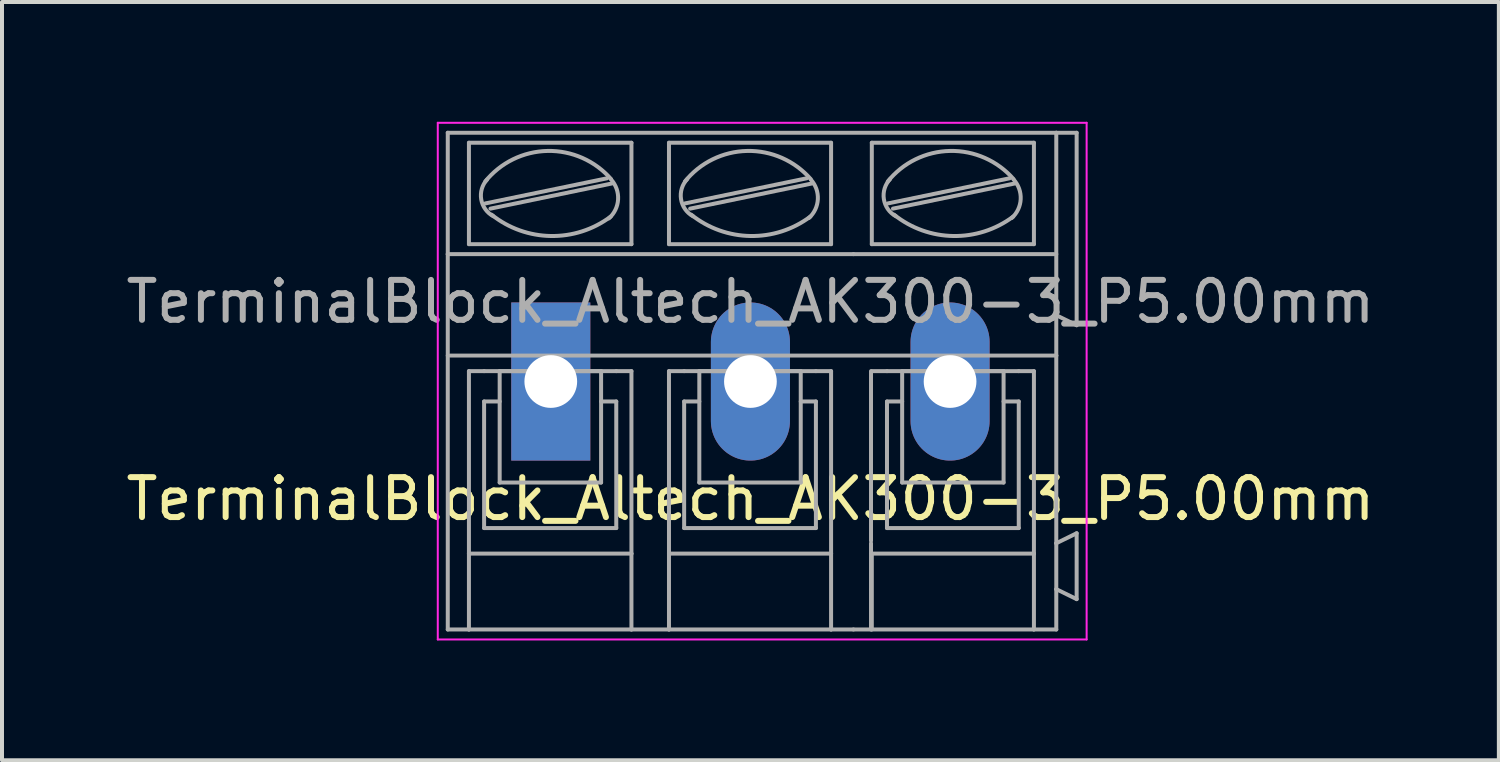
<source format=kicad_pcb>
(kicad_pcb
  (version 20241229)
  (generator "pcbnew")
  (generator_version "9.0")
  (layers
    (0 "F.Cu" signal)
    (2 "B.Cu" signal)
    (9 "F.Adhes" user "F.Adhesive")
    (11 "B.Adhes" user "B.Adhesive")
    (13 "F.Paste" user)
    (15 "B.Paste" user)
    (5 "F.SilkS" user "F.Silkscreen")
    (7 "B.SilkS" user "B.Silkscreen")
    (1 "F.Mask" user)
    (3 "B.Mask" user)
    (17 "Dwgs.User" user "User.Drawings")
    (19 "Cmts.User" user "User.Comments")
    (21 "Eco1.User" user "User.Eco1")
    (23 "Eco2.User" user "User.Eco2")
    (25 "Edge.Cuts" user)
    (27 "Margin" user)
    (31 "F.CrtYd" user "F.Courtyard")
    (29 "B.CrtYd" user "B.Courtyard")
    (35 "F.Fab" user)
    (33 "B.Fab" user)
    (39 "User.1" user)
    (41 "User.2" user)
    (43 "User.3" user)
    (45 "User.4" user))
  (footprint "TerminalBlock_Altech_AK300-3_P5.00mm"
    (layer "F.Cu")
    (at 10.744 6.505)
    (property "Reference" "TerminalBlock_Altech_AK300-3_P5.00mm" (at 5 2.94 180) (layer "F.SilkS") (effects (font (size 1 1) (thickness 0.15))))
    (attr through_hole)
    (fp_line (start -2.83 -6.48) (end -2.83 6.46) (stroke (width 0.05) (type solid)) (layer "F.CrtYd"))
    (fp_line (start -2.83 -6.48) (end 13.42 -6.48) (stroke (width 0.05) (type solid)) (layer "F.CrtYd"))
    (fp_line (start 13.42 6.46) (end -2.83 6.46) (stroke (width 0.05) (type solid)) (layer "F.CrtYd"))
    (fp_line (start 13.42 6.46) (end 13.42 -6.48) (stroke (width 0.05) (type solid)) (layer "F.CrtYd"))
    (fp_line (start -2.58 -6.23) (end 12.66 -6.23) (stroke (width 0.1) (type solid)) (layer "F.Fab"))
    (fp_line (start -2.58 -3.19) (end -2.58 -6.23) (stroke (width 0.1) (type solid)) (layer "F.Fab"))
    (fp_line (start -2.58 -3.19) (end 7.58 -3.19) (stroke (width 0.1) (type solid)) (layer "F.Fab"))
    (fp_line (start -2.58 -0.65) (end -2.58 -3.19) (stroke (width 0.1) (type solid)) (layer "F.Fab"))
    (fp_line (start -2.58 6.21) (end -2.58 -0.65) (stroke (width 0.1) (type solid)) (layer "F.Fab"))
    (fp_line (start -2.58 6.21) (end -2.05 6.21) (stroke (width 0.1) (type solid)) (layer "F.Fab"))
    (fp_line (start -2.05 -3.44) (end -2.05 -5.98) (stroke (width 0.1) (type solid)) (layer "F.Fab"))
    (fp_line (start -2.05 -0.26) (end -2.05 4.31) (stroke (width 0.1) (type solid)) (layer "F.Fab"))
    (fp_line (start -2.05 -0.26) (end -1.67 -0.26) (stroke (width 0.1) (type solid)) (layer "F.Fab"))
    (fp_line (start -2.05 4.31) (end -2.05 6.21) (stroke (width 0.1) (type solid)) (layer "F.Fab"))
    (fp_line (start -2.05 6.21) (end 2.02 6.21) (stroke (width 0.1) (type solid)) (layer "F.Fab"))
    (fp_line (start -1.67 0.5) (end -1.28 0.5) (stroke (width 0.1) (type solid)) (layer "F.Fab"))
    (fp_line (start -1.67 3.67) (end -1.67 0.5) (stroke (width 0.1) (type solid)) (layer "F.Fab"))
    (fp_line (start -1.64 -4.46) (end 1.41 -5.09) (stroke (width 0.1) (type solid)) (layer "F.Fab"))
    (fp_line (start -1.51 -4.33) (end 1.53 -4.96) (stroke (width 0.1) (type solid)) (layer "F.Fab"))
    (fp_line (start -1.28 -0.26) (end 1.26 -0.26) (stroke (width 0.1) (type solid)) (layer "F.Fab"))
    (fp_line (start -1.28 2.53) (end -1.28 -0.26) (stroke (width 0.1) (type solid)) (layer "F.Fab"))
    (fp_line (start -1.28 2.53) (end 1.26 2.53) (stroke (width 0.1) (type solid)) (layer "F.Fab"))
    (fp_line (start 1.26 2.53) (end 1.26 -0.26) (stroke (width 0.1) (type solid)) (layer "F.Fab"))
    (fp_line (start 1.64 -0.26) (end -1.67 -0.26) (stroke (width 0.1) (type solid)) (layer "F.Fab"))
    (fp_line (start 1.64 0.5) (end 1.26 0.5) (stroke (width 0.1) (type solid)) (layer "F.Fab"))
    (fp_line (start 1.64 3.67) (end -1.67 3.67) (stroke (width 0.1) (type solid)) (layer "F.Fab"))
    (fp_line (start 1.64 3.67) (end 1.64 0.5) (stroke (width 0.1) (type solid)) (layer "F.Fab"))
    (fp_line (start 2.02 -5.98) (end -2.05 -5.98) (stroke (width 0.1) (type solid)) (layer "F.Fab"))
    (fp_line (start 2.02 -3.44) (end -2.05 -3.44) (stroke (width 0.1) (type solid)) (layer "F.Fab"))
    (fp_line (start 2.02 -3.44) (end 2.02 -5.98) (stroke (width 0.1) (type solid)) (layer "F.Fab"))
    (fp_line (start 2.02 -0.26) (end 1.64 -0.26) (stroke (width 0.1) (type solid)) (layer "F.Fab"))
    (fp_line (start 2.02 4.31) (end -2.05 4.31) (stroke (width 0.1) (type solid)) (layer "F.Fab"))
    (fp_line (start 2.02 4.31) (end 2.02 -0.26) (stroke (width 0.1) (type solid)) (layer "F.Fab"))
    (fp_line (start 2.02 6.21) (end 2.02 4.31) (stroke (width 0.1) (type solid)) (layer "F.Fab"))
    (fp_line (start 2.02 6.21) (end 2.96 6.21) (stroke (width 0.1) (type solid)) (layer "F.Fab"))
    (fp_line (start 2.96 -5.98) (end 7.02 -5.98) (stroke (width 0.1) (type solid)) (layer "F.Fab"))
    (fp_line (start 2.96 -3.44) (end 2.96 -5.98) (stroke (width 0.1) (type solid)) (layer "F.Fab"))
    (fp_line (start 2.96 -0.26) (end 3.34 -0.26) (stroke (width 0.1) (type solid)) (layer "F.Fab"))
    (fp_line (start 2.96 4.31) (end 2.96 -0.26) (stroke (width 0.1) (type solid)) (layer "F.Fab"))
    (fp_line (start 2.96 4.31) (end 7.02 4.31) (stroke (width 0.1) (type solid)) (layer "F.Fab"))
    (fp_line (start 2.96 6.21) (end 2.96 4.31) (stroke (width 0.1) (type solid)) (layer "F.Fab"))
    (fp_line (start 2.96 6.21) (end 7.02 6.21) (stroke (width 0.1) (type solid)) (layer "F.Fab"))
    (fp_line (start 3.34 -0.26) (end 6.64 -0.26) (stroke (width 0.1) (type solid)) (layer "F.Fab"))
    (fp_line (start 3.34 0.5) (end 3.72 0.5) (stroke (width 0.1) (type solid)) (layer "F.Fab"))
    (fp_line (start 3.34 3.67) (end 3.34 0.5) (stroke (width 0.1) (type solid)) (layer "F.Fab"))
    (fp_line (start 3.36 -4.46) (end 6.41 -5.09) (stroke (width 0.1) (type solid)) (layer "F.Fab"))
    (fp_line (start 3.49 -4.33) (end 6.54 -4.96) (stroke (width 0.1) (type solid)) (layer "F.Fab"))
    (fp_line (start 3.72 -0.26) (end 6.26 -0.26) (stroke (width 0.1) (type solid)) (layer "F.Fab"))
    (fp_line (start 3.72 2.53) (end 3.72 -0.26) (stroke (width 0.1) (type solid)) (layer "F.Fab"))
    (fp_line (start 3.72 2.53) (end 6.26 2.53) (stroke (width 0.1) (type solid)) (layer "F.Fab"))
    (fp_line (start 6.26 2.53) (end 6.26 -0.26) (stroke (width 0.1) (type solid)) (layer "F.Fab"))
    (fp_line (start 6.64 0.5) (end 6.26 0.5) (stroke (width 0.1) (type solid)) (layer "F.Fab"))
    (fp_line (start 6.64 3.67) (end 3.34 3.67) (stroke (width 0.1) (type solid)) (layer "F.Fab"))
    (fp_line (start 6.64 3.67) (end 6.64 0.5) (stroke (width 0.1) (type solid)) (layer "F.Fab"))
    (fp_line (start 7.02 -5.98) (end 7.02 -3.44) (stroke (width 0.1) (type solid)) (layer "F.Fab"))
    (fp_line (start 7.02 -3.44) (end 2.96 -3.44) (stroke (width 0.1) (type solid)) (layer "F.Fab"))
    (fp_line (start 7.02 -0.26) (end 6.64 -0.26) (stroke (width 0.1) (type solid)) (layer "F.Fab"))
    (fp_line (start 7.02 -0.26) (end 7.02 4.31) (stroke (width 0.1) (type solid)) (layer "F.Fab"))
    (fp_line (start 7.02 4.31) (end 7.02 6.21) (stroke (width 0.1) (type solid)) (layer "F.Fab"))
    (fp_line (start 7.02 6.21) (end 7.58 6.21) (stroke (width 0.1) (type solid)) (layer "F.Fab"))
    (fp_line (start 7.58 -3.19) (end 12.6 -3.19) (stroke (width 0.1) (type solid)) (layer "F.Fab"))
    (fp_line (start 8.02 3.99) (end 8.02 -0.26) (stroke (width 0.1) (type solid)) (layer "F.Fab"))
    (fp_line (start 8.02 4.05) (end 8.02 5.2) (stroke (width 0.1) (type solid)) (layer "F.Fab"))
    (fp_line (start 8.02 5.2) (end 8.02 6.21) (stroke (width 0.1) (type solid)) (layer "F.Fab"))
    (fp_line (start 8.04 -5.98) (end 12.1 -5.98) (stroke (width 0.1) (type solid)) (layer "F.Fab"))
    (fp_line (start 8.04 -3.44) (end 8.04 -5.98) (stroke (width 0.1) (type solid)) (layer "F.Fab"))
    (fp_line (start 8.04 -0.26) (end 8.42 -0.26) (stroke (width 0.1) (type solid)) (layer "F.Fab"))
    (fp_line (start 8.04 4.31) (end 12.1 4.31) (stroke (width 0.1) (type solid)) (layer "F.Fab"))
    (fp_line (start 8.04 6.21) (end 8.04 4.31) (stroke (width 0.1) (type solid)) (layer "F.Fab"))
    (fp_line (start 8.42 -0.26) (end 11.72 -0.26) (stroke (width 0.1) (type solid)) (layer "F.Fab"))
    (fp_line (start 8.42 0.5) (end 8.8 0.5) (stroke (width 0.1) (type solid)) (layer "F.Fab"))
    (fp_line (start 8.42 3.67) (end 8.42 0.5) (stroke (width 0.1) (type solid)) (layer "F.Fab"))
    (fp_line (start 8.44 -4.46) (end 11.49 -5.09) (stroke (width 0.1) (type solid)) (layer "F.Fab"))
    (fp_line (start 8.57 -4.33) (end 11.62 -4.96) (stroke (width 0.1) (type solid)) (layer "F.Fab"))
    (fp_line (start 8.8 -0.26) (end 11.34 -0.26) (stroke (width 0.1) (type solid)) (layer "F.Fab"))
    (fp_line (start 8.8 2.53) (end 8.8 -0.26) (stroke (width 0.1) (type solid)) (layer "F.Fab"))
    (fp_line (start 8.8 2.53) (end 11.34 2.53) (stroke (width 0.1) (type solid)) (layer "F.Fab"))
    (fp_line (start 11.34 2.53) (end 11.34 -0.26) (stroke (width 0.1) (type solid)) (layer "F.Fab"))
    (fp_line (start 11.72 0.5) (end 11.34 0.5) (stroke (width 0.1) (type solid)) (layer "F.Fab"))
    (fp_line (start 11.72 3.67) (end 8.42 3.67) (stroke (width 0.1) (type solid)) (layer "F.Fab"))
    (fp_line (start 11.72 3.67) (end 11.72 0.5) (stroke (width 0.1) (type solid)) (layer "F.Fab"))
    (fp_line (start 12.09 6.21) (end 7.58 6.21) (stroke (width 0.1) (type solid)) (layer "F.Fab"))
    (fp_line (start 12.1 -5.98) (end 12.1 -3.44) (stroke (width 0.1) (type solid)) (layer "F.Fab"))
    (fp_line (start 12.1 -3.44) (end 8.04 -3.44) (stroke (width 0.1) (type solid)) (layer "F.Fab"))
    (fp_line (start 12.1 -0.26) (end 11.72 -0.26) (stroke (width 0.1) (type solid)) (layer "F.Fab"))
    (fp_line (start 12.1 -0.26) (end 12.1 4.31) (stroke (width 0.1) (type solid)) (layer "F.Fab"))
    (fp_line (start 12.1 4.31) (end 12.1 6.21) (stroke (width 0.1) (type solid)) (layer "F.Fab"))
    (fp_line (start 12.1 6.21) (end 12.66 6.21) (stroke (width 0.1) (type solid)) (layer "F.Fab"))
    (fp_line (start 12.66 -6.23) (end 12.66 -3.19) (stroke (width 0.1) (type solid)) (layer "F.Fab"))
    (fp_line (start 12.66 -6.23) (end 13.17 -6.23) (stroke (width 0.1) (type solid)) (layer "F.Fab"))
    (fp_line (start 12.66 -3.19) (end 12.66 -1.66) (stroke (width 0.1) (type solid)) (layer "F.Fab"))
    (fp_line (start 12.66 -1.66) (end 12.66 -0.65) (stroke (width 0.1) (type solid)) (layer "F.Fab"))
    (fp_line (start 12.66 -0.65) (end -2.52 -0.65) (stroke (width 0.1) (type solid)) (layer "F.Fab"))
    (fp_line (start 12.66 -0.65) (end 12.66 4.05) (stroke (width 0.1) (type solid)) (layer "F.Fab"))
    (fp_line (start 12.66 4.05) (end 12.66 5.2) (stroke (width 0.1) (type solid)) (layer "F.Fab"))
    (fp_line (start 12.66 5.2) (end 12.66 6.21) (stroke (width 0.1) (type solid)) (layer "F.Fab"))
    (fp_line (start 13.17 -6.23) (end 13.17 -1.41) (stroke (width 0.1) (type solid)) (layer "F.Fab"))
    (fp_line (start 13.17 -1.41) (end 12.66 -1.66) (stroke (width 0.1) (type solid)) (layer "F.Fab"))
    (fp_line (start 13.17 3.8) (end 12.66 4.05) (stroke (width 0.1) (type solid)) (layer "F.Fab"))
    (fp_line (start 13.17 3.8) (end 13.17 5.45) (stroke (width 0.1) (type solid)) (layer "F.Fab"))
    (fp_line (start 13.17 5.45) (end 12.66 5.2) (stroke (width 0.1) (type solid)) (layer "F.Fab"))
    (fp_arc (start -1.64 -5.01) (mid -0.080263 -5.774867) (end 1.508239 -5.071686) (stroke (width 0.1) (type solid)) (layer "F.Fab"))
    (fp_arc (start -1.44 -4.14) (mid -1.742324 -4.561515) (end -1.595426 -5.059005) (stroke (width 0.1) (type solid)) (layer "F.Fab"))
    (fp_arc (start 1.5 -4.13) (mid 0.000583 -3.644318) (end -1.482333 -4.178263) (stroke (width 0.1) (type solid)) (layer "F.Fab"))
    (fp_arc (start 1.51 -5.06) (mid 1.685733 -4.561652) (end 1.455532 -4.086005) (stroke (width 0.1) (type solid)) (layer "F.Fab"))
    (fp_arc (start 3.36 -5.01) (mid 4.919737 -5.774867) (end 6.508239 -5.071686) (stroke (width 0.1) (type solid)) (layer "F.Fab"))
    (fp_arc (start 3.56 -4.14) (mid 3.261534 -4.569406) (end 3.417028 -5.068699) (stroke (width 0.1) (type solid)) (layer "F.Fab"))
    (fp_arc (start 6.5 -4.13) (mid 5.000583 -3.644318) (end 3.517667 -4.178263) (stroke (width 0.1) (type solid)) (layer "F.Fab"))
    (fp_arc (start 6.51 -5.06) (mid 6.688693 -4.568754) (end 6.465619 -4.096005) (stroke (width 0.1) (type solid)) (layer "F.Fab"))
    (fp_arc (start 8.44 -5.01) (mid 9.999737 -5.774867) (end 11.588239 -5.071686) (stroke (width 0.1) (type solid)) (layer "F.Fab"))
    (fp_arc (start 8.64 -4.14) (mid 8.341534 -4.569406) (end 8.497028 -5.068699) (stroke (width 0.1) (type solid)) (layer "F.Fab"))
    (fp_arc (start 11.58 -4.13) (mid 10.080583 -3.644318) (end 8.597667 -4.178263) (stroke (width 0.1) (type solid)) (layer "F.Fab"))
    (fp_arc (start 11.59 -5.06) (mid 11.768693 -4.568754) (end 11.545619 -4.096005) (stroke (width 0.1) (type solid)) (layer "F.Fab"))
    (fp_text user "${REFERENCE}" (at 5 -2 180) (layer "F.Fab") (effects (font (size 1 1) (thickness 0.15))))
    (pad "1" thru_hole rect (at 0 0) (size 1.98 3.96) (drill 1.32) (layers "*.Cu" "*.Mask"))
    (pad "2" thru_hole oval (at 5 0) (size 1.98 3.96) (drill 1.32) (layers "*.Cu" "*.Mask"))
    (pad "3" thru_hole oval (at 10 0) (size 1.98 3.96) (drill 1.32) (layers "*.Cu" "*.Mask")))
  (gr_rect
    (start -3 -3)
    (end 34.488 15.99)
    (stroke (width 0.1) (type default))
    (fill no)
    (layer "Edge.Cuts")))
</source>
